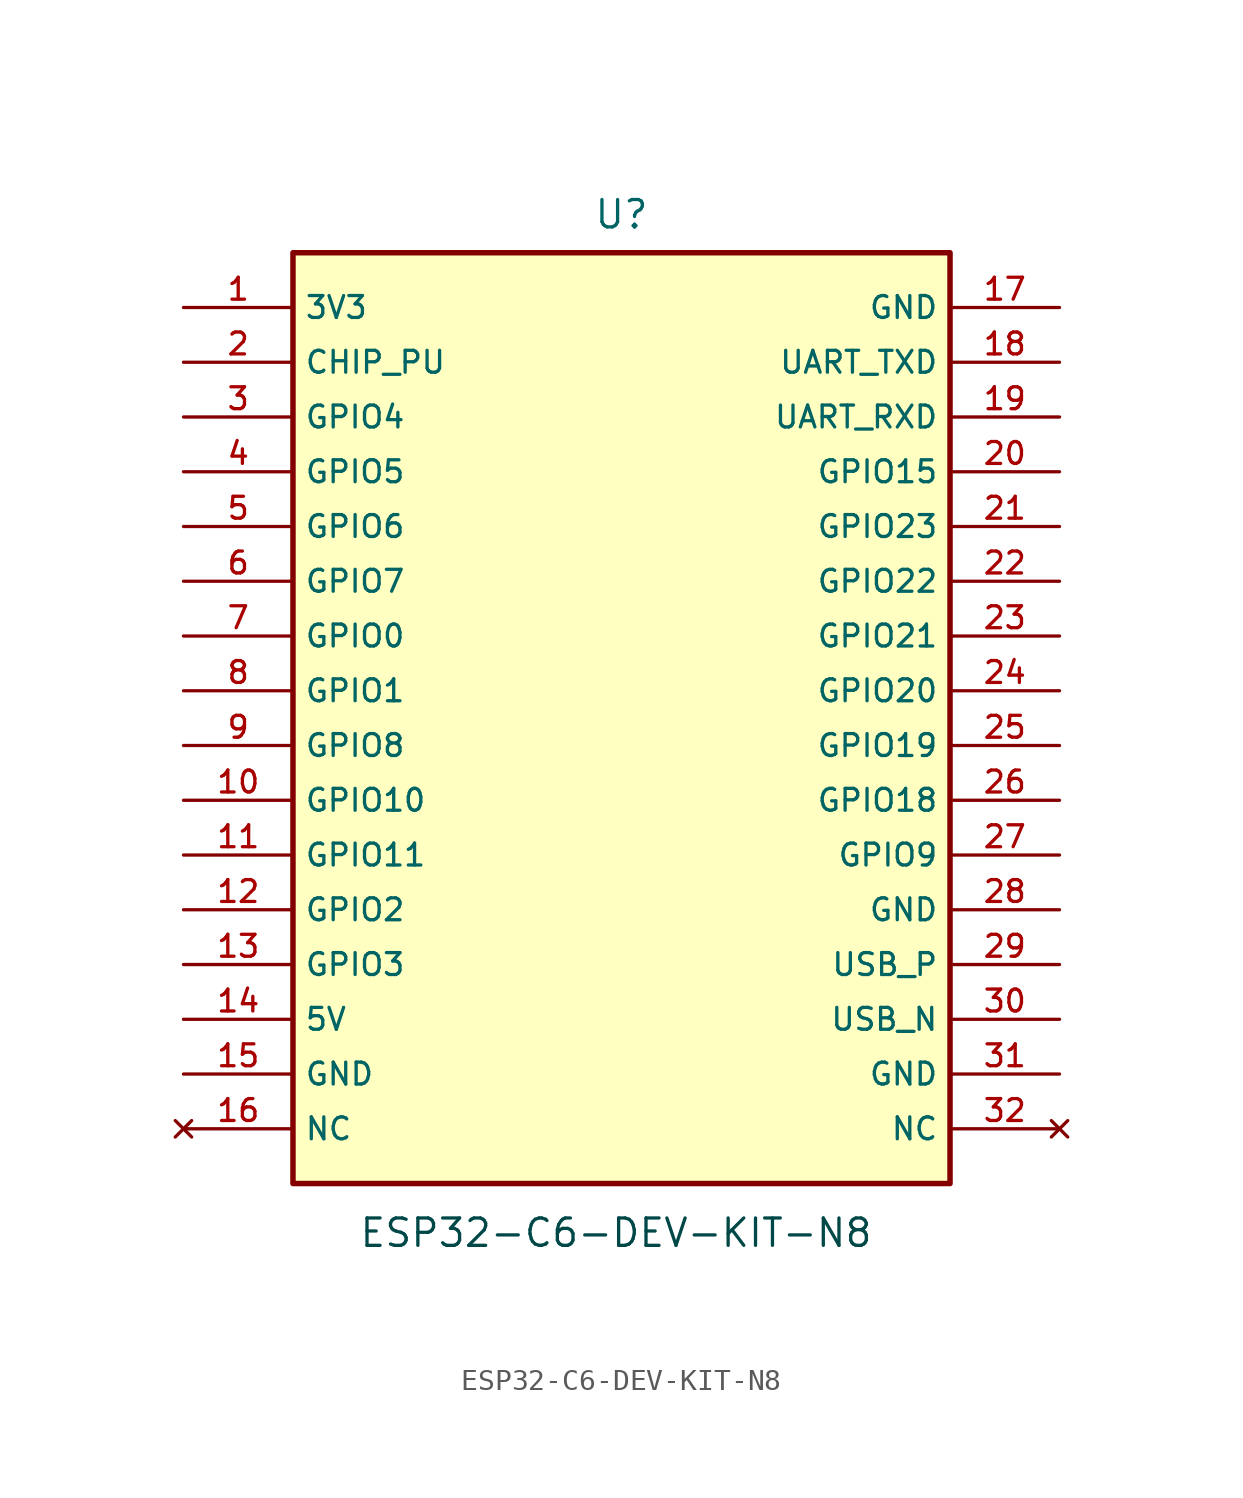
<source format=kicad_sym>
(kicad_symbol_lib
  (version 20241209)
  (generator "kicad_symbol_editor")
  (generator_version "9.0")
  (symbol "ESP32-C6-DEV-KIT-N8"
    (property "Reference" "U"
      (at 0 23.368 0)
      (effects (font (size 1.27 1.27))))
    (property "Value" ""
      (at 0 0 0)
      (effects (font (size 1.27 1.27))))
    (symbol "ESP32-C6-DEV-KIT-N8_0_0"
      (rectangle (start -15.24 21.59) (end 15.24 -21.59) (stroke (width 0.254) (type default)) (fill (type background))))
    (symbol "ESP32-C6-DEV-KIT-N8_1_0"
      (pin power_in line (at -20.32 19.05 0) (length 5.08) (name "3V3" (effects (font (size 1.016 1.016)))) (number "1" (effects (font (size 1.016 1.016)))))
      (pin input line (at -20.32 16.51 0) (length 5.08) (name "CHIP_PU" (effects (font (size 1.016 1.016)))) (number "2" (effects (font (size 1.016 1.016)))))
      (pin bidirectional line (at -20.32 13.97 0) (length 5.08) (name "GPIO4" (effects (font (size 1.016 1.016)))) (number "3" (effects (font (size 1.016 1.016)))))
      (pin bidirectional line (at -20.32 11.43 0) (length 5.08) (name "GPIO5" (effects (font (size 1.016 1.016)))) (number "4" (effects (font (size 1.016 1.016)))))
      (pin bidirectional line (at -20.32 8.89 0) (length 5.08) (name "GPIO6" (effects (font (size 1.016 1.016)))) (number "5" (effects (font (size 1.016 1.016)))))
      (pin bidirectional line (at -20.32 6.35 0) (length 5.08) (name "GPIO7" (effects (font (size 1.016 1.016)))) (number "6" (effects (font (size 1.016 1.016)))))
      (pin bidirectional line (at -20.32 3.81 0) (length 5.08) (name "GPIO0" (effects (font (size 1.016 1.016)))) (number "7" (effects (font (size 1.016 1.016)))))
      (pin bidirectional line (at -20.32 1.27 0) (length 5.08) (name "GPIO1" (effects (font (size 1.016 1.016)))) (number "8" (effects (font (size 1.016 1.016)))))
      (pin bidirectional line (at -20.32 -1.27 0) (length 5.08) (name "GPIO8" (effects (font (size 1.016 1.016)))) (number "9" (effects (font (size 1.016 1.016)))))
      (pin bidirectional line (at -20.32 -3.81 0) (length 5.08) (name "GPIO10" (effects (font (size 1.016 1.016)))) (number "10" (effects (font (size 1.016 1.016)))))
      (pin bidirectional line (at -20.32 -6.35 0) (length 5.08) (name "GPIO11" (effects (font (size 1.016 1.016)))) (number "11" (effects (font (size 1.016 1.016)))))
      (pin bidirectional line (at -20.32 -8.89 0) (length 5.08) (name "GPIO2" (effects (font (size 1.016 1.016)))) (number "12" (effects (font (size 1.016 1.016)))))
      (pin bidirectional line (at -20.32 -11.43 0) (length 5.08) (name "GPIO3" (effects (font (size 1.016 1.016)))) (number "13" (effects (font (size 1.016 1.016)))))
      (pin power_in line (at -20.32 -13.97 0) (length 5.08) (name "5V" (effects (font (size 1.016 1.016)))) (number "14" (effects (font (size 1.016 1.016)))))
      (pin power_in line (at -20.32 -16.51 0) (length 5.08) (name "GND" (effects (font (size 1.016 1.016)))) (number "15" (effects (font (size 1.016 1.016)))))
      (pin no_connect line (at -20.32 -19.05 0) (length 5.08) (name "NC" (effects (font (size 1.016 1.016)))) (number "16" (effects (font (size 1.016 1.016)))))
      (pin power_in line (at 20.32 19.05 180) (length 5.08) (name "GND" (effects (font (size 1.016 1.016)))) (number "17" (effects (font (size 1.016 1.016)))))
      (pin bidirectional line (at 20.32 16.51 180) (length 5.08) (name "UART_TXD" (effects (font (size 1.016 1.016)))) (number "18" (effects (font (size 1.016 1.016)))))
      (pin bidirectional line (at 20.32 13.97 180) (length 5.08) (name "UART_RXD" (effects (font (size 1.016 1.016)))) (number "19" (effects (font (size 1.016 1.016)))))
      (pin bidirectional line (at 20.32 11.43 180) (length 5.08) (name "GPIO15" (effects (font (size 1.016 1.016)))) (number "20" (effects (font (size 1.016 1.016)))))
      (pin bidirectional line (at 20.32 8.89 180) (length 5.08) (name "GPIO23" (effects (font (size 1.016 1.016)))) (number "21" (effects (font (size 1.016 1.016)))))
      (pin bidirectional line (at 20.32 6.35 180) (length 5.08) (name "GPIO22" (effects (font (size 1.016 1.016)))) (number "22" (effects (font (size 1.016 1.016)))))
      (pin bidirectional line (at 20.32 3.81 180) (length 5.08) (name "GPIO21" (effects (font (size 1.016 1.016)))) (number "23" (effects (font (size 1.016 1.016)))))
      (pin bidirectional line (at 20.32 1.27 180) (length 5.08) (name "GPIO20" (effects (font (size 1.016 1.016)))) (number "24" (effects (font (size 1.016 1.016)))))
      (pin bidirectional line (at 20.32 -1.27 180) (length 5.08) (name "GPIO19" (effects (font (size 1.016 1.016)))) (number "25" (effects (font (size 1.016 1.016)))))
      (pin bidirectional line (at 20.32 -3.81 180) (length 5.08) (name "GPIO18" (effects (font (size 1.016 1.016)))) (number "26" (effects (font (size 1.016 1.016)))))
      (pin bidirectional line (at 20.32 -6.35 180) (length 5.08) (name "GPIO9" (effects (font (size 1.016 1.016)))) (number "27" (effects (font (size 1.016 1.016)))))
      (pin power_in line (at 20.32 -8.89 180) (length 5.08) (name "GND" (effects (font (size 1.016 1.016)))) (number "28" (effects (font (size 1.016 1.016)))))
      (pin bidirectional line (at 20.32 -11.43 180) (length 5.08) (name "USB_P" (effects (font (size 1.016 1.016)))) (number "29" (effects (font (size 1.016 1.016)))))
      (pin bidirectional line (at 20.32 -13.97 180) (length 5.08) (name "USB_N" (effects (font (size 1.016 1.016)))) (number "30" (effects (font (size 1.016 1.016)))))
      (pin power_in line (at 20.32 -16.51 180) (length 5.08) (name "GND" (effects (font (size 1.016 1.016)))) (number "31" (effects (font (size 1.016 1.016)))))
      (pin no_connect line (at 20.32 -19.05 180) (length 5.08) (name "NC" (effects (font (size 1.016 1.016)))) (number "32" (effects (font (size 1.016 1.016))))))
    (symbol "ESP32-C6-DEV-KIT-N8_1_1"
      (text "ESP32-C6-DEV-KIT-N8" (at -0.254 -23.876 0) (effects (font (size 1.27 1.27) (color 0 72 72 1)))))))
</source>
